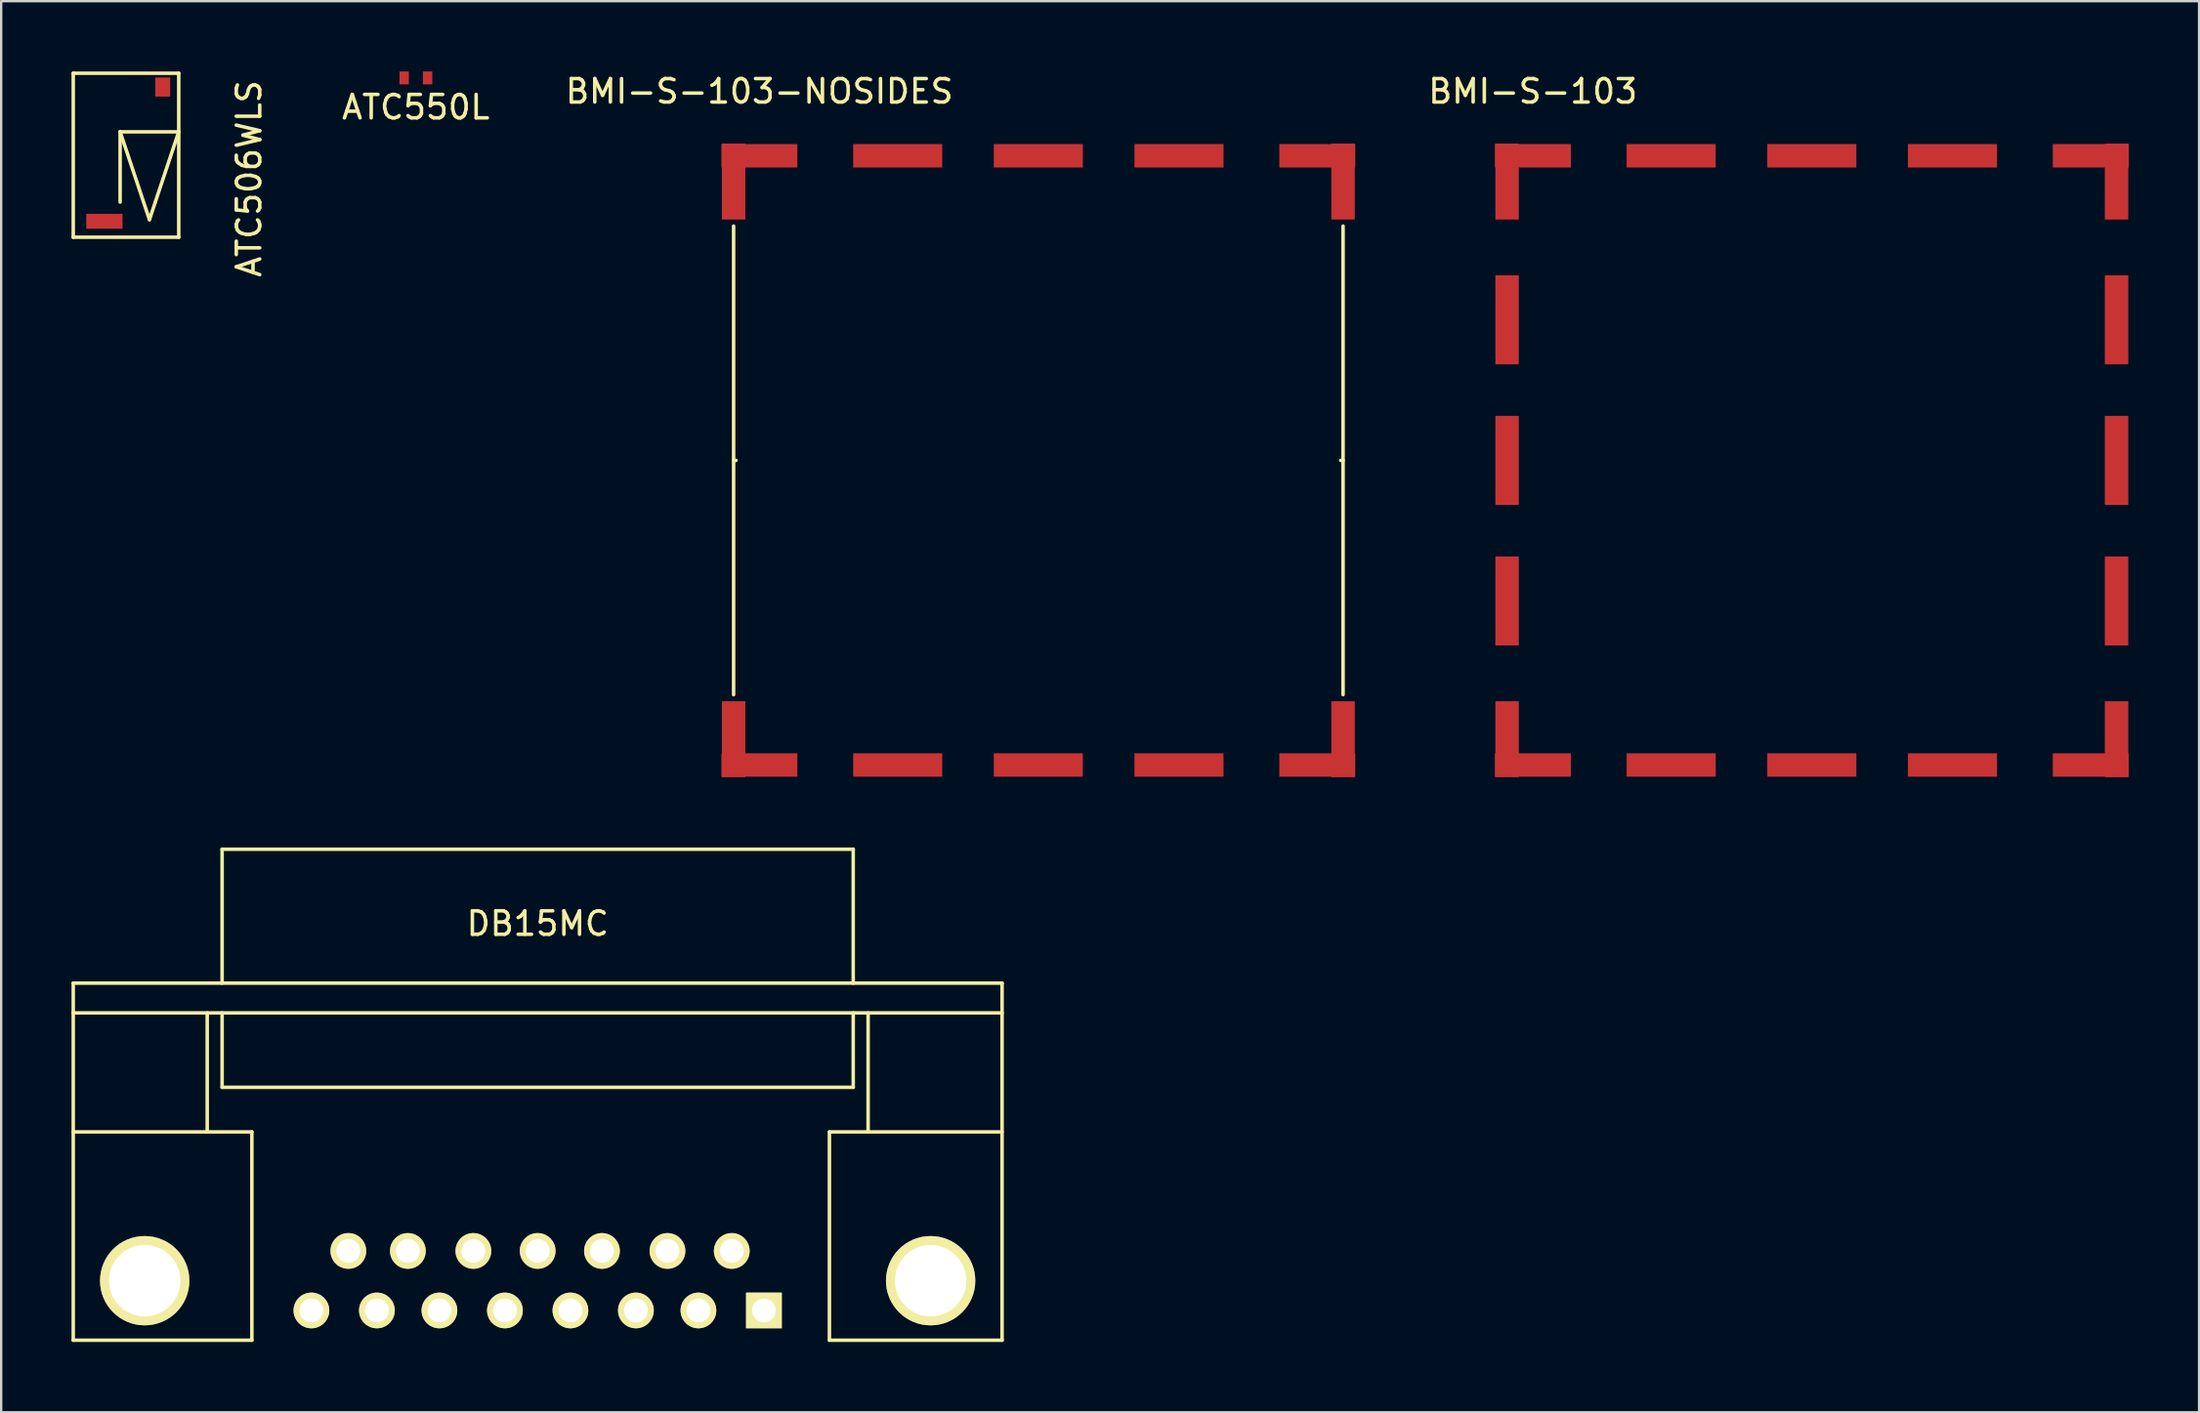
<source format=kicad_pcb>
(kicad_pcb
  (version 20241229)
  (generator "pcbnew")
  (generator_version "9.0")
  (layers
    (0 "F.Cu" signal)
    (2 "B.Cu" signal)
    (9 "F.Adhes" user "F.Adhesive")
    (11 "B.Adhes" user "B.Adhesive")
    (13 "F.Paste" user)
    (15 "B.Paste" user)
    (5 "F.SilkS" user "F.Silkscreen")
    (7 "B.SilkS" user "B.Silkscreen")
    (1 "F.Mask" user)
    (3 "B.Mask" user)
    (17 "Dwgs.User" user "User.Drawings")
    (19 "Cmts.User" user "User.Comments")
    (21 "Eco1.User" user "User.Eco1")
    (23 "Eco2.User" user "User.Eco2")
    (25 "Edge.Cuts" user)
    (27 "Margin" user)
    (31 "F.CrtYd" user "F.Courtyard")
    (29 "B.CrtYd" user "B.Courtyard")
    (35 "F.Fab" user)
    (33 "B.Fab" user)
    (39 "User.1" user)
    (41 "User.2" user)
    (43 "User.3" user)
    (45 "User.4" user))
  (footprint "BMI-S-103"
    (layer "F.Cu")
    (at 74.243 16.598)
    (property "Reference" "BMI-S-103" (at -11.9 -15.75 0) (layer "F.SilkS") (effects (font (size 1 1) (thickness 0.15))))
    (attr through_hole)
    (pad "1" smd rect (at -13 -11.9) (size 1 3.24) (layers "F.Cu" "F.Mask" "F.Paste"))
    (pad "1" smd rect (at -13 -6) (size 1 3.8) (layers "F.Cu" "F.Mask" "F.Paste"))
    (pad "1" smd rect (at -13 0) (size 1 3.8) (layers "F.Cu" "F.Mask" "F.Paste"))
    (pad "1" smd rect (at -13 6) (size 1 3.8) (layers "F.Cu" "F.Mask" "F.Paste"))
    (pad "1" smd rect (at -13 11.9 180) (size 1 3.24) (layers "F.Cu" "F.Mask" "F.Paste"))
    (pad "1" smd rect (at -11.9 -13 90) (size 1 3.24) (layers "F.Cu" "F.Mask" "F.Paste"))
    (pad "1" smd rect (at -11.9 13 90) (size 1 3.24) (layers "F.Cu" "F.Mask" "F.Paste"))
    (pad "1" smd rect (at -6 -13) (size 3.8 1) (layers "F.Cu" "F.Mask" "F.Paste"))
    (pad "1" smd rect (at -6 13) (size 3.8 1) (layers "F.Cu" "F.Mask" "F.Paste"))
    (pad "1" smd rect (at 0 -13) (size 3.8 1) (layers "F.Cu" "F.Mask" "F.Paste"))
    (pad "1" smd rect (at 0 13) (size 3.8 1) (layers "F.Cu" "F.Mask" "F.Paste"))
    (pad "1" smd rect (at 6 -13) (size 3.8 1) (layers "F.Cu" "F.Mask" "F.Paste"))
    (pad "1" smd rect (at 6 13) (size 3.8 1) (layers "F.Cu" "F.Mask" "F.Paste"))
    (pad "1" smd rect (at 11.9 -13 270) (size 1 3.24) (layers "F.Cu" "F.Mask" "F.Paste"))
    (pad "1" smd rect (at 11.9 13 270) (size 1 3.24) (layers "F.Cu" "F.Mask" "F.Paste"))
    (pad "1" smd rect (at 13 -11.9) (size 1 3.24) (layers "F.Cu" "F.Mask" "F.Paste"))
    (pad "1" smd rect (at 13 -6) (size 1 3.8) (layers "F.Cu" "F.Mask" "F.Paste"))
    (pad "1" smd rect (at 13 0) (size 1 3.8) (layers "F.Cu" "F.Mask" "F.Paste"))
    (pad "1" smd rect (at 13 6) (size 1 3.8) (layers "F.Cu" "F.Mask" "F.Paste"))
    (pad "1" smd rect (at 13 11.9 180) (size 1 3.24) (layers "F.Cu" "F.Mask" "F.Paste")))
  (footprint "ATC506WLS"
    (layer "F.Cu")
    (at 3.575 6.075)
    (property "Reference" "ATC506WLS" (at 4 -1.5 90) (layer "F.SilkS") (effects (font (size 1 1) (thickness 0.15))))
    (attr through_hole)
    (fp_line (start -3.5 -6) (end 1 -6) (stroke (width 0.15) (type solid)) (layer "F.SilkS"))
    (fp_line (start -3.5 1) (end -3.5 -6) (stroke (width 0.15) (type solid)) (layer "F.SilkS"))
    (fp_line (start -1.5 -3.5) (end 1 -3.5) (stroke (width 0.15) (type solid)) (layer "F.SilkS"))
    (fp_line (start -1.5 -0.5) (end -1.5 -3.5) (stroke (width 0.15) (type solid)) (layer "F.SilkS"))
    (fp_line (start -0.25 0.25) (end -1.5 -3.5) (stroke (width 0.15) (type solid)) (layer "F.SilkS"))
    (fp_line (start 0 -0.5) (end -0.25 0.25) (stroke (width 0.15) (type solid)) (layer "F.SilkS"))
    (fp_line (start 1 -6) (end 1 1) (stroke (width 0.15) (type solid)) (layer "F.SilkS"))
    (fp_line (start 1 -3.5) (end 0 -0.5) (stroke (width 0.15) (type solid)) (layer "F.SilkS"))
    (fp_line (start 1 1) (end -3.5 1) (stroke (width 0.15) (type solid)) (layer "F.SilkS"))
    (pad "1" smd rect (at -2.171 0.318) (size 1.549 0.635) (layers "F.Cu" "F.Mask" "F.Paste"))
    (pad "2" smd rect (at 0.318 -5.41) (size 0.635 0.813) (layers "F.Cu" "F.Mask" "F.Paste")))
  (footprint "ATC550L"
    (layer "F.Cu")
    (at 14.691 0.275)
    (property "Reference" "ATC550L" (at 0 1.25 0) (layer "F.SilkS") (effects (font (size 1 1) (thickness 0.15))))
    (attr through_hole)
    (pad "1" smd rect (at -0.5 0) (size 0.4 0.55) (layers "F.Cu" "F.Mask" "F.Paste"))
    (pad "2" smd rect (at 0.5 0) (size 0.4 0.55) (layers "F.Cu" "F.Mask" "F.Paste")))
  (footprint "DB15MC"
    (layer "F.Cu")
    (at 19.887 51.608)
    (property "Reference" "DB15MC" (at 0 -15.24 0) (layer "F.SilkS") (effects (font (size 1 1) (thickness 0.15))))
    (attr through_hole)
    (fp_line (start -19.812 -12.7) (end -19.812 -11.43) (stroke (width 0.15) (type solid)) (layer "F.SilkS"))
    (fp_line (start -19.812 -6.35) (end -12.192 -6.35) (stroke (width 0.15) (type solid)) (layer "F.SilkS"))
    (fp_line (start -19.812 2.54) (end -19.812 -11.43) (stroke (width 0.15) (type solid)) (layer "F.SilkS"))
    (fp_line (start -19.812 2.54) (end -12.192 2.54) (stroke (width 0.15) (type solid)) (layer "F.SilkS"))
    (fp_line (start -14.097 -11.43) (end -14.097 -6.35) (stroke (width 0.15) (type solid)) (layer "F.SilkS"))
    (fp_line (start -13.462 -18.415) (end -13.462 -12.7) (stroke (width 0.15) (type solid)) (layer "F.SilkS"))
    (fp_line (start -13.462 -18.415) (end 13.462 -18.415) (stroke (width 0.15) (type solid)) (layer "F.SilkS"))
    (fp_line (start -13.462 -8.255) (end -13.462 -11.43) (stroke (width 0.15) (type solid)) (layer "F.SilkS"))
    (fp_line (start -12.192 -6.35) (end -12.192 2.54) (stroke (width 0.15) (type solid)) (layer "F.SilkS"))
    (fp_line (start 12.446 -6.35) (end 19.812 -6.35) (stroke (width 0.15) (type solid)) (layer "F.SilkS"))
    (fp_line (start 12.446 2.54) (end 12.446 -6.35) (stroke (width 0.15) (type solid)) (layer "F.SilkS"))
    (fp_line (start 13.462 -12.7) (end 13.462 -18.415) (stroke (width 0.15) (type solid)) (layer "F.SilkS"))
    (fp_line (start 13.462 -8.255) (end -13.462 -8.255) (stroke (width 0.15) (type solid)) (layer "F.SilkS"))
    (fp_line (start 13.462 -8.255) (end 13.462 -11.43) (stroke (width 0.15) (type solid)) (layer "F.SilkS"))
    (fp_line (start 14.097 -6.35) (end 14.097 -11.43) (stroke (width 0.15) (type solid)) (layer "F.SilkS"))
    (fp_line (start 19.812 -12.7) (end -19.812 -12.7) (stroke (width 0.15) (type solid)) (layer "F.SilkS"))
    (fp_line (start 19.812 -11.43) (end -19.812 -11.43) (stroke (width 0.15) (type solid)) (layer "F.SilkS"))
    (fp_line (start 19.812 2.54) (end 12.446 2.54) (stroke (width 0.15) (type solid)) (layer "F.SilkS"))
    (fp_line (start 19.812 2.54) (end 19.812 -12.7) (stroke (width 0.15) (type solid)) (layer "F.SilkS"))
    (pad "" thru_hole circle (at -16.764 0) (size 3.81 3.81) (drill 3.048) (layers "*.Cu" "*.Mask" "F.SilkS"))
    (pad "" thru_hole circle (at 16.764 0) (size 3.81 3.81) (drill 3.048) (layers "*.Cu" "*.Mask" "F.SilkS"))
    (pad "1" thru_hole rect (at 9.652 1.27) (size 1.524 1.524) (drill 1.016) (layers "*.Cu" "*.Mask" "F.SilkS"))
    (pad "2" thru_hole circle (at 6.858 1.27) (size 1.524 1.524) (drill 1.016) (layers "*.Cu" "*.Mask" "F.SilkS"))
    (pad "3" thru_hole circle (at 4.191 1.27) (size 1.524 1.524) (drill 1.016) (layers "*.Cu" "*.Mask" "F.SilkS"))
    (pad "4" thru_hole circle (at 1.397 1.27) (size 1.524 1.524) (drill 1.016) (layers "*.Cu" "*.Mask" "F.SilkS"))
    (pad "5" thru_hole circle (at -1.397 1.27) (size 1.524 1.524) (drill 1.016) (layers "*.Cu" "*.Mask" "F.SilkS"))
    (pad "6" thru_hole circle (at -4.191 1.27) (size 1.524 1.524) (drill 1.016) (layers "*.Cu" "*.Mask" "F.SilkS"))
    (pad "7" thru_hole circle (at -6.858 1.27) (size 1.524 1.524) (drill 1.016) (layers "*.Cu" "*.Mask" "F.SilkS"))
    (pad "8" thru_hole circle (at -9.652 1.27) (size 1.524 1.524) (drill 1.016) (layers "*.Cu" "*.Mask" "F.SilkS"))
    (pad "9" thru_hole circle (at 8.28 -1.27) (size 1.524 1.524) (drill 1.016) (layers "*.Cu" "*.Mask" "F.SilkS"))
    (pad "10" thru_hole circle (at 5.537 -1.27) (size 1.524 1.524) (drill 1.016) (layers "*.Cu" "*.Mask" "F.SilkS"))
    (pad "11" thru_hole circle (at 2.743 -1.27) (size 1.524 1.524) (drill 1.016) (layers "*.Cu" "*.Mask" "F.SilkS"))
    (pad "12" thru_hole circle (at 0 -1.27) (size 1.524 1.524) (drill 1.016) (layers "*.Cu" "*.Mask" "F.SilkS"))
    (pad "13" thru_hole circle (at -2.743 -1.27) (size 1.524 1.524) (drill 1.016) (layers "*.Cu" "*.Mask" "F.SilkS"))
    (pad "14" thru_hole circle (at -5.537 -1.27) (size 1.524 1.524) (drill 1.016) (layers "*.Cu" "*.Mask" "F.SilkS"))
    (pad "15" thru_hole circle (at -8.077 -1.27) (size 1.524 1.524) (drill 1.016) (layers "*.Cu" "*.Mask" "F.SilkS")))
  (footprint "BMI-S-103-NOSIDES"
    (layer "F.Cu")
    (at 41.246 16.598)
    (property "Reference" "BMI-S-103-NOSIDES" (at -11.9 -15.75 0) (layer "F.SilkS") (effects (font (size 1 1) (thickness 0.15))))
    (attr through_hole)
    (fp_line (start -13 -10) (end -13 10) (stroke (width 0.15) (type solid)) (layer "F.SilkS"))
    (fp_line (start -13 0) (end -12.9 0) (stroke (width 0.15) (type solid)) (layer "F.SilkS"))
    (fp_line (start 13 0) (end 12.9 0) (stroke (width 0.15) (type solid)) (layer "F.SilkS"))
    (fp_line (start 13 10) (end 13 -10) (stroke (width 0.15) (type solid)) (layer "F.SilkS"))
    (pad "1" smd rect (at -13 -11.9) (size 1 3.24) (layers "F.Cu" "F.Mask" "F.Paste"))
    (pad "1" smd rect (at -13 11.9 180) (size 1 3.24) (layers "F.Cu" "F.Mask" "F.Paste"))
    (pad "1" smd rect (at -11.9 -13 90) (size 1 3.24) (layers "F.Cu" "F.Mask" "F.Paste"))
    (pad "1" smd rect (at -11.9 13 90) (size 1 3.24) (layers "F.Cu" "F.Mask" "F.Paste"))
    (pad "1" smd rect (at -6 -13) (size 3.8 1) (layers "F.Cu" "F.Mask" "F.Paste"))
    (pad "1" smd rect (at -6 13) (size 3.8 1) (layers "F.Cu" "F.Mask" "F.Paste"))
    (pad "1" smd rect (at 0 -13) (size 3.8 1) (layers "F.Cu" "F.Mask" "F.Paste"))
    (pad "1" smd rect (at 0 13) (size 3.8 1) (layers "F.Cu" "F.Mask" "F.Paste"))
    (pad "1" smd rect (at 6 -13) (size 3.8 1) (layers "F.Cu" "F.Mask" "F.Paste"))
    (pad "1" smd rect (at 6 13) (size 3.8 1) (layers "F.Cu" "F.Mask" "F.Paste"))
    (pad "1" smd rect (at 11.9 -13 270) (size 1 3.24) (layers "F.Cu" "F.Mask" "F.Paste"))
    (pad "1" smd rect (at 11.9 13 270) (size 1 3.24) (layers "F.Cu" "F.Mask" "F.Paste"))
    (pad "1" smd rect (at 13 -11.9) (size 1 3.24) (layers "F.Cu" "F.Mask" "F.Paste"))
    (pad "1" smd rect (at 13 11.9 180) (size 1 3.24) (layers "F.Cu" "F.Mask" "F.Paste")))
  (gr_rect
    (start -3 -3)
    (end 90.763 57.223)
    (stroke (width 0.1) (type default))
    (fill no)
    (layer "Edge.Cuts")))
</source>
